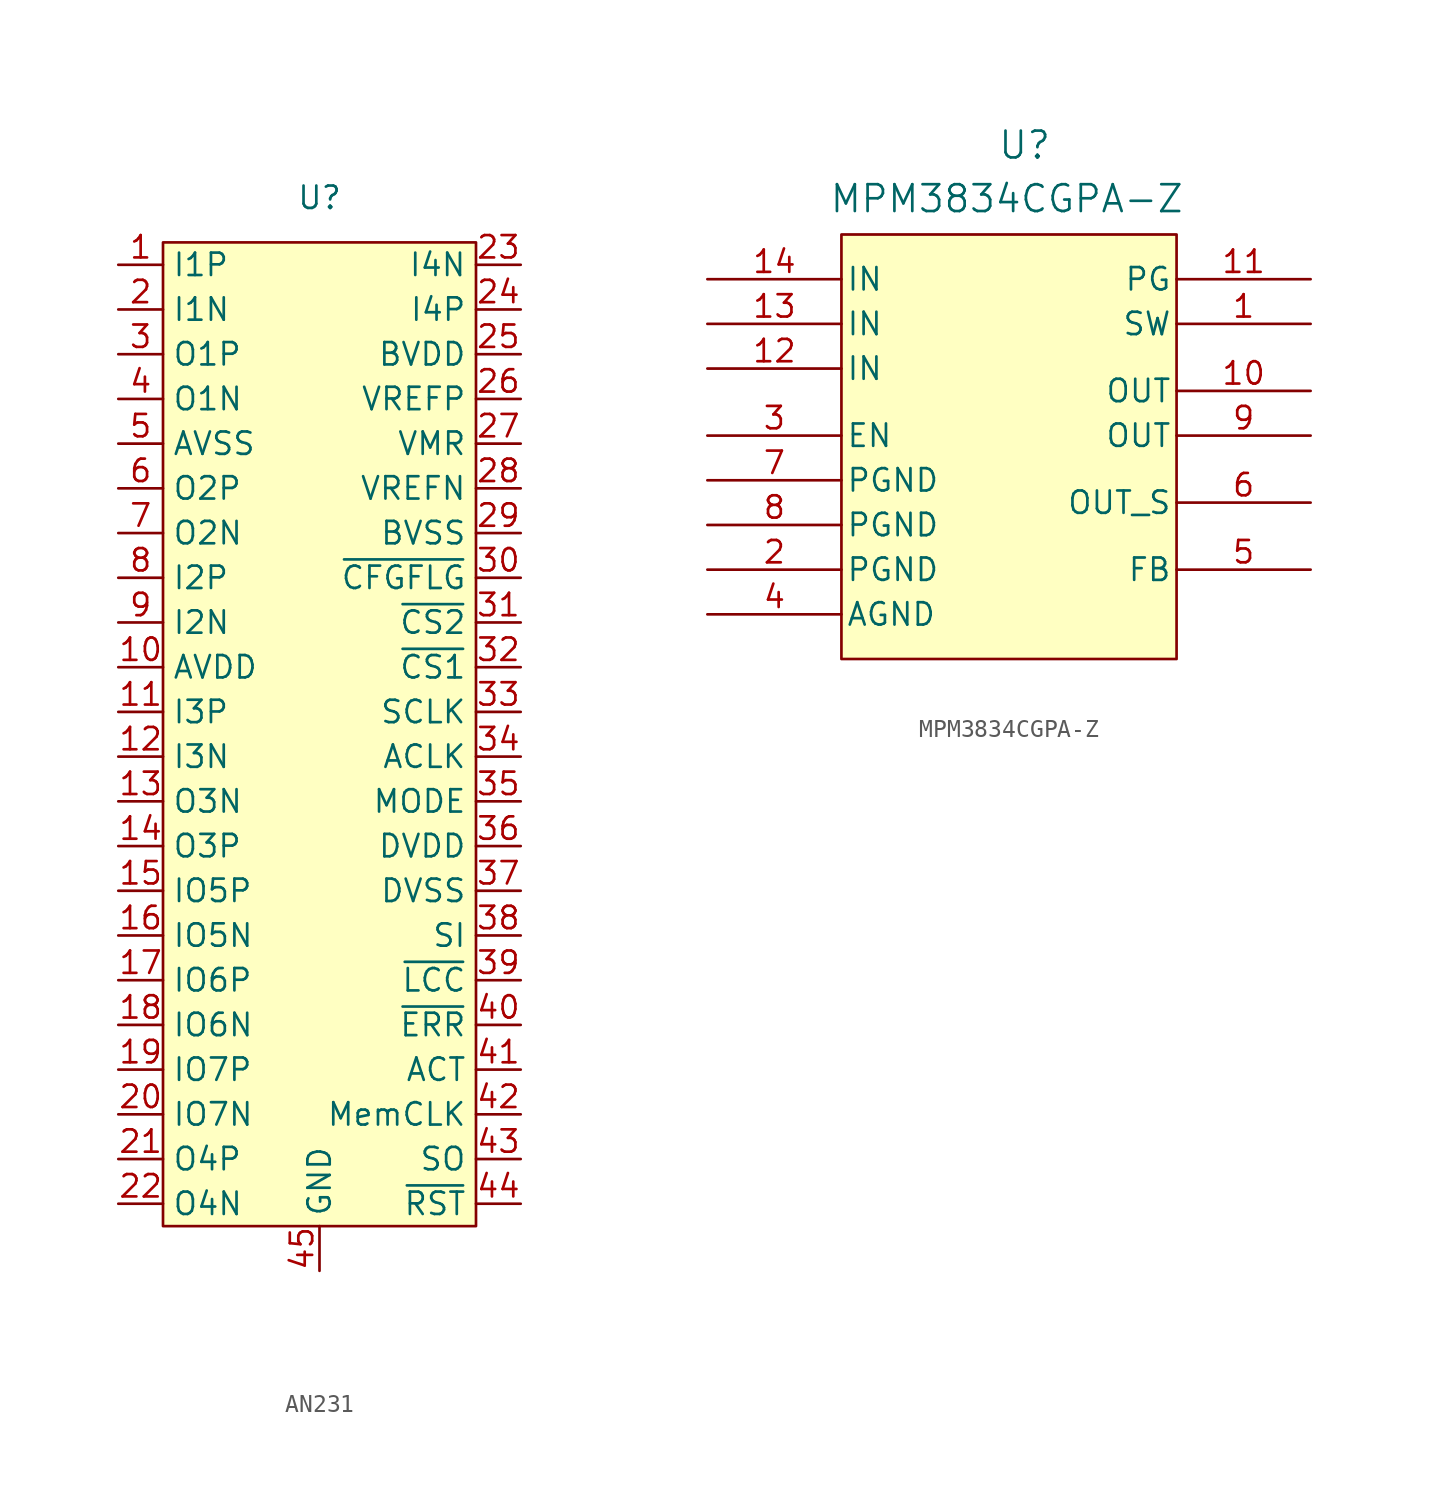
<source format=kicad_sym>
(kicad_symbol_lib
  (version 20231120)
  (generator "kicad_symbol_editor")
  (generator_version "8.0")
  (symbol "AN231"
    (property "Reference" "U"
      (at 0 0 0)
      (effects (font (size 1.27 1.27))))
    (property "Value" ""
      (at 0 0 0)
      (effects (font (size 1.27 1.27))))
    (symbol "AN231_1_1"
      (rectangle (start -8.89 -2.54) (end 8.89 -58.42) (stroke (width 0) (type default)) (fill (type background)))
      (pin input line (at -11.43 -3.81 0) (length 2.54) (name "I1P" (effects (font (size 1.27 1.27)))) (number "1" (effects (font (size 1.27 1.27)))))
      (pin power_in line (at -11.43 -26.67 0) (length 2.54) (name "AVDD" (effects (font (size 1.27 1.27)))) (number "10" (effects (font (size 1.27 1.27)))))
      (pin input line (at -11.43 -29.21 0) (length 2.54) (name "I3P" (effects (font (size 1.27 1.27)))) (number "11" (effects (font (size 1.27 1.27)))))
      (pin input line (at -11.43 -31.75 0) (length 2.54) (name "I3N" (effects (font (size 1.27 1.27)))) (number "12" (effects (font (size 1.27 1.27)))))
      (pin output line (at -11.43 -34.29 0) (length 2.54) (name "O3N" (effects (font (size 1.27 1.27)))) (number "13" (effects (font (size 1.27 1.27)))))
      (pin output line (at -11.43 -36.83 0) (length 2.54) (name "O3P" (effects (font (size 1.27 1.27)))) (number "14" (effects (font (size 1.27 1.27)))))
      (pin bidirectional line (at -11.43 -39.37 0) (length 2.54) (name "IO5P" (effects (font (size 1.27 1.27)))) (number "15" (effects (font (size 1.27 1.27)))))
      (pin bidirectional line (at -11.43 -41.91 0) (length 2.54) (name "IO5N" (effects (font (size 1.27 1.27)))) (number "16" (effects (font (size 1.27 1.27)))))
      (pin bidirectional line (at -11.43 -44.45 0) (length 2.54) (name "IO6P" (effects (font (size 1.27 1.27)))) (number "17" (effects (font (size 1.27 1.27)))))
      (pin bidirectional line (at -11.43 -46.99 0) (length 2.54) (name "IO6N" (effects (font (size 1.27 1.27)))) (number "18" (effects (font (size 1.27 1.27)))))
      (pin bidirectional line (at -11.43 -49.53 0) (length 2.54) (name "IO7P" (effects (font (size 1.27 1.27)))) (number "19" (effects (font (size 1.27 1.27)))))
      (pin input line (at -11.43 -6.35 0) (length 2.54) (name "I1N" (effects (font (size 1.27 1.27)))) (number "2" (effects (font (size 1.27 1.27)))))
      (pin bidirectional line (at -11.43 -52.07 0) (length 2.54) (name "IO7N" (effects (font (size 1.27 1.27)))) (number "20" (effects (font (size 1.27 1.27)))))
      (pin output line (at -11.43 -54.61 0) (length 2.54) (name "O4P" (effects (font (size 1.27 1.27)))) (number "21" (effects (font (size 1.27 1.27)))))
      (pin output line (at -11.43 -57.15 0) (length 2.54) (name "O4N" (effects (font (size 1.27 1.27)))) (number "22" (effects (font (size 1.27 1.27)))))
      (pin input line (at 11.43 -3.81 180) (length 2.54) (name "I4N" (effects (font (size 1.27 1.27)))) (number "23" (effects (font (size 1.27 1.27)))))
      (pin input line (at 11.43 -6.35 180) (length 2.54) (name "I4P" (effects (font (size 1.27 1.27)))) (number "24" (effects (font (size 1.27 1.27)))))
      (pin power_in line (at 11.43 -8.89 180) (length 2.54) (name "BVDD" (effects (font (size 1.27 1.27)))) (number "25" (effects (font (size 1.27 1.27)))))
      (pin input line (at 11.43 -11.43 180) (length 2.54) (name "VREFP" (effects (font (size 1.27 1.27)))) (number "26" (effects (font (size 1.27 1.27)))))
      (pin input line (at 11.43 -13.97 180) (length 2.54) (name "VMR" (effects (font (size 1.27 1.27)))) (number "27" (effects (font (size 1.27 1.27)))))
      (pin input line (at 11.43 -16.51 180) (length 2.54) (name "VREFN" (effects (font (size 1.27 1.27)))) (number "28" (effects (font (size 1.27 1.27)))))
      (pin power_out line (at 11.43 -19.05 180) (length 2.54) (name "BVSS" (effects (font (size 1.27 1.27)))) (number "29" (effects (font (size 1.27 1.27)))))
      (pin output line (at -11.43 -8.89 0) (length 2.54) (name "O1P" (effects (font (size 1.27 1.27)))) (number "3" (effects (font (size 1.27 1.27)))))
      (pin input line (at 11.43 -21.59 180) (length 2.54) (name "~{CFGFLG}" (effects (font (size 1.27 1.27)))) (number "30" (effects (font (size 1.27 1.27)))))
      (pin input line (at 11.43 -24.13 180) (length 2.54) (name "~{CS2}" (effects (font (size 1.27 1.27)))) (number "31" (effects (font (size 1.27 1.27)))))
      (pin input line (at 11.43 -26.67 180) (length 2.54) (name "~{CS1}" (effects (font (size 1.27 1.27)))) (number "32" (effects (font (size 1.27 1.27)))))
      (pin input line (at 11.43 -29.21 180) (length 2.54) (name "SCLK" (effects (font (size 1.27 1.27)))) (number "33" (effects (font (size 1.27 1.27)))))
      (pin input line (at 11.43 -31.75 180) (length 2.54) (name "ACLK" (effects (font (size 1.27 1.27)))) (number "34" (effects (font (size 1.27 1.27)))))
      (pin input line (at 11.43 -34.29 180) (length 2.54) (name "MODE" (effects (font (size 1.27 1.27)))) (number "35" (effects (font (size 1.27 1.27)))))
      (pin power_in line (at 11.43 -36.83 180) (length 2.54) (name "DVDD" (effects (font (size 1.27 1.27)))) (number "36" (effects (font (size 1.27 1.27)))))
      (pin power_out line (at 11.43 -39.37 180) (length 2.54) (name "DVSS" (effects (font (size 1.27 1.27)))) (number "37" (effects (font (size 1.27 1.27)))))
      (pin input line (at 11.43 -41.91 180) (length 2.54) (name "SI" (effects (font (size 1.27 1.27)))) (number "38" (effects (font (size 1.27 1.27)))))
      (pin input line (at 11.43 -44.45 180) (length 2.54) (name "~{LCC}" (effects (font (size 1.27 1.27)))) (number "39" (effects (font (size 1.27 1.27)))))
      (pin output line (at -11.43 -11.43 0) (length 2.54) (name "O1N" (effects (font (size 1.27 1.27)))) (number "4" (effects (font (size 1.27 1.27)))))
      (pin input line (at 11.43 -46.99 180) (length 2.54) (name "~{ERR}" (effects (font (size 1.27 1.27)))) (number "40" (effects (font (size 1.27 1.27)))))
      (pin input line (at 11.43 -49.53 180) (length 2.54) (name "ACT" (effects (font (size 1.27 1.27)))) (number "41" (effects (font (size 1.27 1.27)))))
      (pin input line (at 11.43 -52.07 180) (length 2.54) (name "MemCLK" (effects (font (size 1.27 1.27)))) (number "42" (effects (font (size 1.27 1.27)))))
      (pin input line (at 11.43 -54.61 180) (length 2.54) (name "SO" (effects (font (size 1.27 1.27)))) (number "43" (effects (font (size 1.27 1.27)))))
      (pin input line (at 11.43 -57.15 180) (length 2.54) (name "~{RST}" (effects (font (size 1.27 1.27)))) (number "44" (effects (font (size 1.27 1.27)))))
      (pin power_out line (at 0 -60.96 90) (length 2.54) (name "GND" (effects (font (size 1.27 1.27)))) (number "45" (effects (font (size 1.27 1.27)))))
      (pin power_out line (at -11.43 -13.97 0) (length 2.54) (name "AVSS" (effects (font (size 1.27 1.27)))) (number "5" (effects (font (size 1.27 1.27)))))
      (pin output line (at -11.43 -16.51 0) (length 2.54) (name "O2P" (effects (font (size 1.27 1.27)))) (number "6" (effects (font (size 1.27 1.27)))))
      (pin output line (at -11.43 -19.05 0) (length 2.54) (name "O2N" (effects (font (size 1.27 1.27)))) (number "7" (effects (font (size 1.27 1.27)))))
      (pin input line (at -11.43 -21.59 0) (length 2.54) (name "I2P" (effects (font (size 1.27 1.27)))) (number "8" (effects (font (size 1.27 1.27)))))
      (pin input line (at -11.43 -24.13 0) (length 2.54) (name "I2N" (effects (font (size 1.27 1.27)))) (number "9" (effects (font (size 1.27 1.27)))))))
  (symbol "MPM3834CGPA-Z"
    (pin_names
      (offset 0.254))
    (property "Reference" "U"
      (at 24.384 11.43 0)
      (effects (font (size 1.524 1.524))))
    (property "Value" "MPM3834CGPA-Z"
      (at 23.368 8.382 0)
      (effects (font (size 1.524 1.524))))
    (property "ki_locked" ""
      (at 0 0 0)
      (effects (font (size 1.27 1.27))))
    (symbol "MPM3834CGPA-Z_1_1"
      (rectangle (start 13.97 6.35) (end 33.02 -17.78) (stroke (width 0) (type default)) (fill (type background)))
      (pin unspecified line (at 40.64 1.27 180) (length 7.62) (name "SW" (effects (font (size 1.27 1.27)))) (number "1" (effects (font (size 1.27 1.27)))))
      (pin power_in line (at 40.64 -2.54 180) (length 7.62) (name "OUT" (effects (font (size 1.27 1.27)))) (number "10" (effects (font (size 1.27 1.27)))))
      (pin output line (at 40.64 3.81 180) (length 7.62) (name "PG" (effects (font (size 1.27 1.27)))) (number "11" (effects (font (size 1.27 1.27)))))
      (pin power_in line (at 6.35 -1.27 0) (length 7.62) (name "IN" (effects (font (size 1.27 1.27)))) (number "12" (effects (font (size 1.27 1.27)))))
      (pin power_in line (at 6.35 1.27 0) (length 7.62) (name "IN" (effects (font (size 1.27 1.27)))) (number "13" (effects (font (size 1.27 1.27)))))
      (pin power_in line (at 6.35 3.81 0) (length 7.62) (name "IN" (effects (font (size 1.27 1.27)))) (number "14" (effects (font (size 1.27 1.27)))))
      (pin power_in line (at 6.35 -12.7 0) (length 7.62) (name "PGND" (effects (font (size 1.27 1.27)))) (number "2" (effects (font (size 1.27 1.27)))))
      (pin unspecified line (at 6.35 -5.08 0) (length 7.62) (name "EN" (effects (font (size 1.27 1.27)))) (number "3" (effects (font (size 1.27 1.27)))))
      (pin power_in line (at 6.35 -15.24 0) (length 7.62) (name "AGND" (effects (font (size 1.27 1.27)))) (number "4" (effects (font (size 1.27 1.27)))))
      (pin unspecified line (at 40.64 -12.7 180) (length 7.62) (name "FB" (effects (font (size 1.27 1.27)))) (number "5" (effects (font (size 1.27 1.27)))))
      (pin output line (at 40.64 -8.89 180) (length 7.62) (name "OUT_S" (effects (font (size 1.27 1.27)))) (number "6" (effects (font (size 1.27 1.27)))))
      (pin power_in line (at 6.35 -7.62 0) (length 7.62) (name "PGND" (effects (font (size 1.27 1.27)))) (number "7" (effects (font (size 1.27 1.27)))))
      (pin power_in line (at 6.35 -10.16 0) (length 7.62) (name "PGND" (effects (font (size 1.27 1.27)))) (number "8" (effects (font (size 1.27 1.27)))))
      (pin power_in line (at 40.64 -5.08 180) (length 7.62) (name "OUT" (effects (font (size 1.27 1.27)))) (number "9" (effects (font (size 1.27 1.27))))))))
</source>
